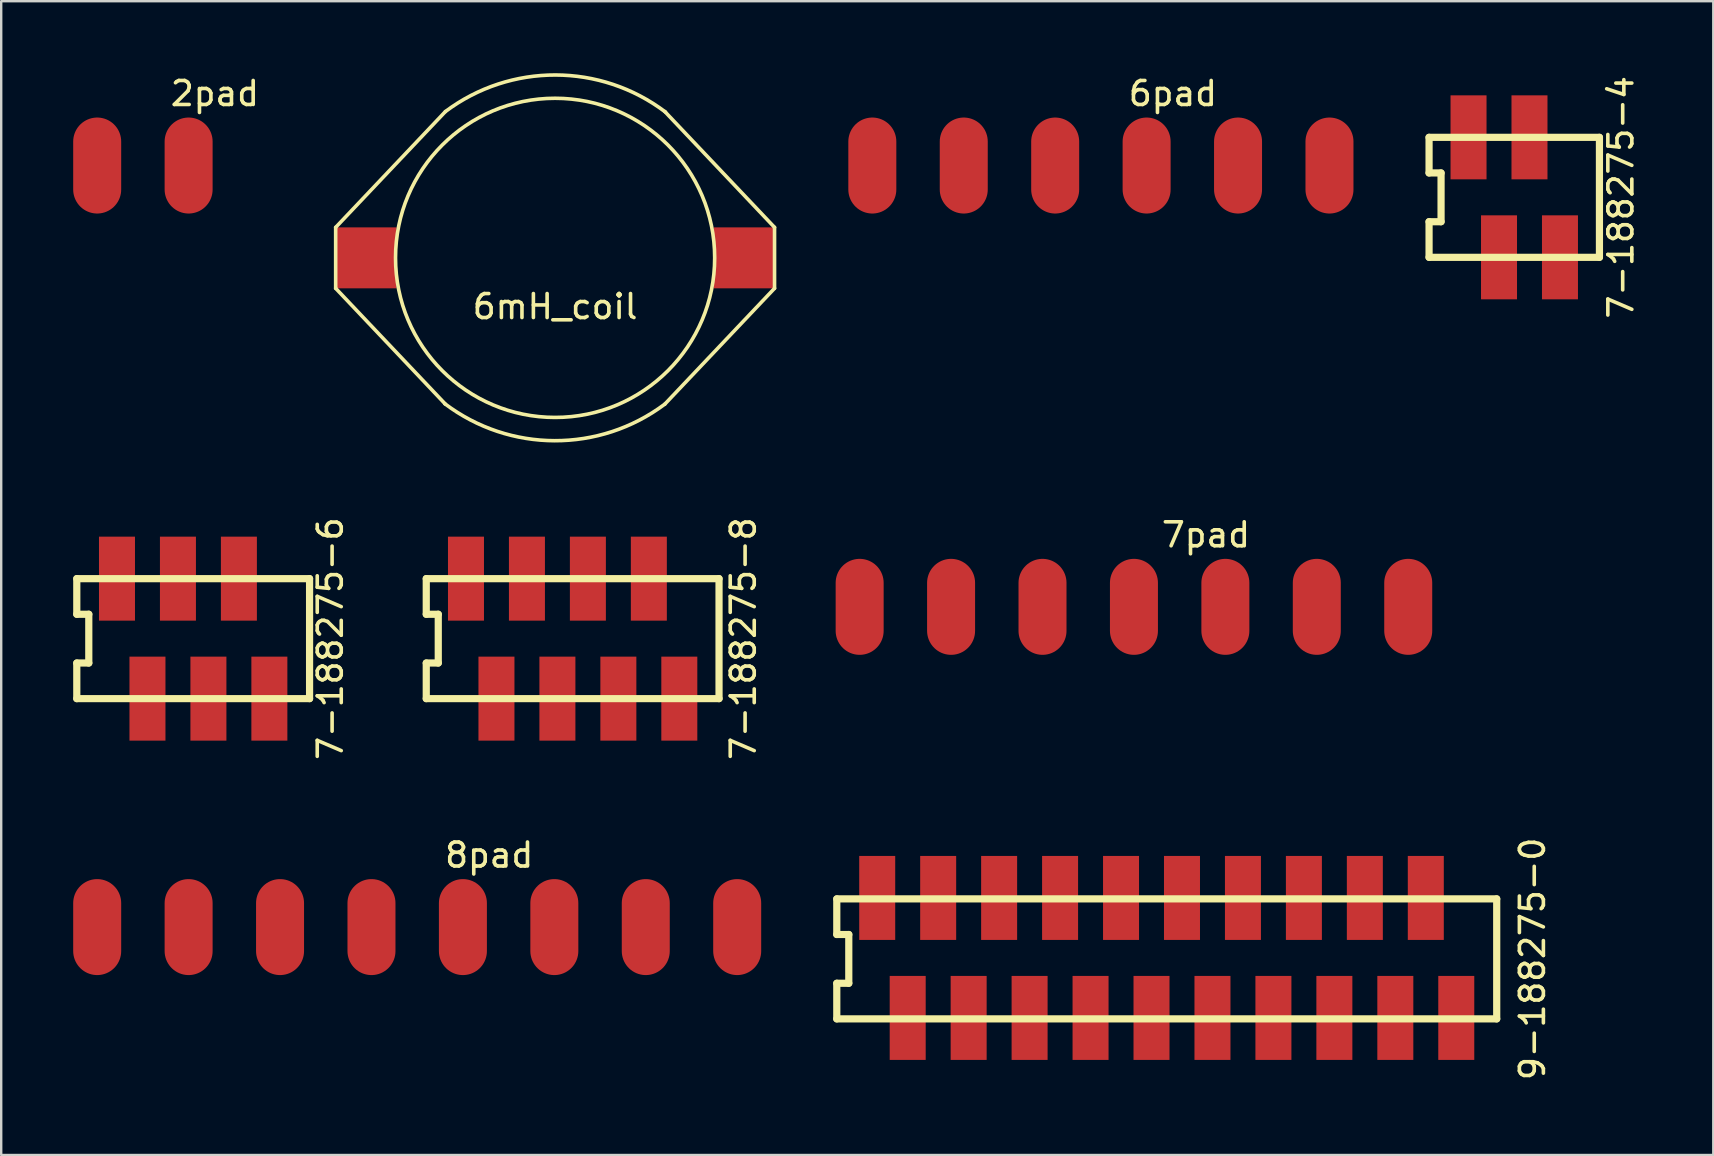
<source format=kicad_pcb>
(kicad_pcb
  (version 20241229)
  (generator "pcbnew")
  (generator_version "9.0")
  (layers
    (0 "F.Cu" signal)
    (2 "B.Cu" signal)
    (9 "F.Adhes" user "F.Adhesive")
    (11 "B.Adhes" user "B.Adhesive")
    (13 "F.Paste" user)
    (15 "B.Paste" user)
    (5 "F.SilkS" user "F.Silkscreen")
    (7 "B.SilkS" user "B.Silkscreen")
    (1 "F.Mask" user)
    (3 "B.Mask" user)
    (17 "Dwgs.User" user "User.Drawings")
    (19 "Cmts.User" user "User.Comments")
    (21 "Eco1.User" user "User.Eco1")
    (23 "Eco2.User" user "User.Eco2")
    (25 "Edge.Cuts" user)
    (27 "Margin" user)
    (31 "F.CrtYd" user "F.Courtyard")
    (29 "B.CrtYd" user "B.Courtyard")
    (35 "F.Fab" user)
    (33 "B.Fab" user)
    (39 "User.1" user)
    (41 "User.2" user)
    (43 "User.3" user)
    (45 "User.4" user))
  (footprint "6mH_coil"
    (layer "F.Cu")
    (at 20.082 7.695)
    (property "Reference" "6mH_coil" (at 0 2.032 0) (layer "F.SilkS") (effects (font (size 1 1) (thickness 0.15))))
    (attr through_hole)
    (fp_line (start -9.144 -1.27) (end -9.144 1.27) (stroke (width 0.15) (type solid)) (layer "F.SilkS"))
    (fp_line (start -9.144 -1.27) (end -4.572 -6.096) (stroke (width 0.15) (type solid)) (layer "F.SilkS"))
    (fp_line (start -4.572 6.096) (end -9.144 1.27) (stroke (width 0.15) (type solid)) (layer "F.SilkS"))
    (fp_line (start 4.572 -6.096) (end 9.144 -1.27) (stroke (width 0.15) (type solid)) (layer "F.SilkS"))
    (fp_line (start 4.572 6.096) (end 9.144 1.27) (stroke (width 0.15) (type solid)) (layer "F.SilkS"))
    (fp_line (start 9.144 -1.27) (end 9.144 1.27) (stroke (width 0.15) (type solid)) (layer "F.SilkS"))
    (fp_arc (start -4.572 -6.096) (mid 0.017303 -7.61998) (end 4.599637 -6.075174) (stroke (width 0.15) (type solid)) (layer "F.SilkS"))
    (fp_arc (start 4.572 6.096) (mid -0.017303 7.61998) (end -4.599637 6.075174) (stroke (width 0.15) (type solid)) (layer "F.SilkS"))
    (fp_circle (center 0 0) (end 6.65 0) (stroke (width 0.15) (type solid)) (fill no) (layer "F.SilkS"))
    (pad "1" smd rect (at -7.874 0) (size 2.54 2.54) (layers "F.Cu" "F.Mask" "F.Paste"))
    (pad "2" smd rect (at 7.874 0) (size 2.54 2.54) (layers "F.Cu" "F.Mask" "F.Paste")))
  (footprint "6pad"
    (layer "F.Cu")
    (at 42.826 3.848)
    (property "Reference" "6pad" (at 3 -3 0) (layer "F.SilkS") (effects (font (size 1 1) (thickness 0.15))))
    (attr through_hole)
    (pad "1" smd oval (at -9.525 0) (size 2 4) (layers "F.Cu" "F.Mask" "F.Paste"))
    (pad "2" smd oval (at -5.715 0) (size 2 4) (layers "F.Cu" "F.Mask" "F.Paste"))
    (pad "3" smd oval (at -1.905 0) (size 2 4) (layers "F.Cu" "F.Mask" "F.Paste"))
    (pad "4" smd oval (at 1.905 0) (size 2 4) (layers "F.Cu" "F.Mask" "F.Paste"))
    (pad "5" smd oval (at 5.715 0) (size 2 4) (layers "F.Cu" "F.Mask" "F.Paste"))
    (pad "6" smd oval (at 9.525 0) (size 2 4) (layers "F.Cu" "F.Mask" "F.Paste")))
  (footprint "7-188275-8"
    (layer "F.Cu")
    (at 20.813 23.563)
    (property "Reference" "7-188275-8" (at 7.112 0 90) (layer "F.SilkS") (effects (font (size 1 1) (thickness 0.15))))
    (attr through_hole)
    (fp_line (start -6.1 -2.5) (end 6.1 -2.5) (stroke (width 0.3) (type solid)) (layer "F.SilkS"))
    (fp_line (start -6.1 -1.016) (end -6.1 -2.5) (stroke (width 0.3) (type solid)) (layer "F.SilkS"))
    (fp_line (start -6.1 -1.016) (end -5.6 -1.016) (stroke (width 0.3) (type solid)) (layer "F.SilkS"))
    (fp_line (start -6.1 1.016) (end -6.1 2.5) (stroke (width 0.3) (type solid)) (layer "F.SilkS"))
    (fp_line (start -5.6 -1.016) (end -5.6 1.016) (stroke (width 0.3) (type solid)) (layer "F.SilkS"))
    (fp_line (start -5.6 1.016) (end -6.1 1.016) (stroke (width 0.3) (type solid)) (layer "F.SilkS"))
    (fp_line (start 6.1 -2.5) (end 6.1 2.5) (stroke (width 0.3) (type solid)) (layer "F.SilkS"))
    (fp_line (start 6.1 2.5) (end -6.1 2.5) (stroke (width 0.3) (type solid)) (layer "F.SilkS"))
    (pad "1" smd rect (at -4.445 -2.5) (size 1.5 3.5) (layers "F.Cu" "F.Mask" "F.Paste"))
    (pad "2" smd rect (at -3.175 2.5) (size 1.5 3.5) (layers "F.Cu" "F.Mask" "F.Paste"))
    (pad "3" smd rect (at -1.905 -2.5) (size 1.5 3.5) (layers "F.Cu" "F.Mask" "F.Paste"))
    (pad "4" smd rect (at -0.635 2.5) (size 1.5 3.5) (layers "F.Cu" "F.Mask" "F.Paste"))
    (pad "5" smd rect (at 0.635 -2.5) (size 1.5 3.5) (layers "F.Cu" "F.Mask" "F.Paste"))
    (pad "6" smd rect (at 1.905 2.5) (size 1.5 3.5) (layers "F.Cu" "F.Mask" "F.Paste"))
    (pad "7" smd rect (at 3.175 -2.5) (size 1.5 3.5) (layers "F.Cu" "F.Mask" "F.Paste"))
    (pad "8" smd rect (at 4.445 2.5) (size 1.5 3.5) (layers "F.Cu" "F.Mask" "F.Paste")))
  (footprint "7-188275-6"
    (layer "F.Cu")
    (at 5 23.563)
    (property "Reference" "7-188275-6" (at 5.715 0 90) (layer "F.SilkS") (effects (font (size 1 1) (thickness 0.15))))
    (attr through_hole)
    (fp_line (start -4.85 -2.5) (end 4.85 -2.5) (stroke (width 0.3) (type solid)) (layer "F.SilkS"))
    (fp_line (start -4.85 -1.016) (end -4.85 -2.5) (stroke (width 0.3) (type solid)) (layer "F.SilkS"))
    (fp_line (start -4.85 -1.016) (end -4.35 -1.016) (stroke (width 0.3) (type solid)) (layer "F.SilkS"))
    (fp_line (start -4.85 1.016) (end -4.85 2.5) (stroke (width 0.3) (type solid)) (layer "F.SilkS"))
    (fp_line (start -4.35 -1.016) (end -4.35 1.016) (stroke (width 0.3) (type solid)) (layer "F.SilkS"))
    (fp_line (start -4.35 1.016) (end -4.85 1.016) (stroke (width 0.3) (type solid)) (layer "F.SilkS"))
    (fp_line (start 4.85 -2.5) (end 4.85 2.5) (stroke (width 0.3) (type solid)) (layer "F.SilkS"))
    (fp_line (start 4.85 2.5) (end -4.85 2.5) (stroke (width 0.3) (type solid)) (layer "F.SilkS"))
    (pad "1" smd rect (at -3.175 -2.5) (size 1.5 3.5) (layers "F.Cu" "F.Mask" "F.Paste"))
    (pad "2" smd rect (at -1.905 2.5) (size 1.5 3.5) (layers "F.Cu" "F.Mask" "F.Paste"))
    (pad "3" smd rect (at -0.635 -2.5) (size 1.5 3.5) (layers "F.Cu" "F.Mask" "F.Paste"))
    (pad "4" smd rect (at 0.635 2.5) (size 1.5 3.5) (layers "F.Cu" "F.Mask" "F.Paste"))
    (pad "5" smd rect (at 1.905 -2.5) (size 1.5 3.5) (layers "F.Cu" "F.Mask" "F.Paste"))
    (pad "6" smd rect (at 3.175 2.5) (size 1.5 3.5) (layers "F.Cu" "F.Mask" "F.Paste")))
  (footprint "9-188275-0"
    (layer "F.Cu")
    (at 45.57 36.908)
    (property "Reference" "9-188275-0" (at 15.24 0 90) (layer "F.SilkS") (effects (font (size 1 1) (thickness 0.15))))
    (attr through_hole)
    (fp_line (start -13.75 -2.5) (end 13.75 -2.5) (stroke (width 0.3) (type solid)) (layer "F.SilkS"))
    (fp_line (start -13.75 -1.016) (end -13.75 -2.5) (stroke (width 0.3) (type solid)) (layer "F.SilkS"))
    (fp_line (start -13.75 -1.016) (end -13.25 -1.016) (stroke (width 0.3) (type solid)) (layer "F.SilkS"))
    (fp_line (start -13.75 1.016) (end -13.75 2.5) (stroke (width 0.3) (type solid)) (layer "F.SilkS"))
    (fp_line (start -13.25 -1.016) (end -13.25 1.016) (stroke (width 0.3) (type solid)) (layer "F.SilkS"))
    (fp_line (start -13.25 1.016) (end -13.75 1.016) (stroke (width 0.3) (type solid)) (layer "F.SilkS"))
    (fp_line (start 13.75 -2.5) (end 13.75 2.5) (stroke (width 0.3) (type solid)) (layer "F.SilkS"))
    (fp_line (start 13.75 2.5) (end -13.75 2.5) (stroke (width 0.3) (type solid)) (layer "F.SilkS"))
    (pad "1" smd rect (at -12.065 -2.54) (size 1.5 3.5) (layers "F.Cu" "F.Mask" "F.Paste"))
    (pad "2" smd rect (at -10.795 2.46) (size 1.5 3.5) (layers "F.Cu" "F.Mask" "F.Paste"))
    (pad "3" smd rect (at -9.525 -2.54) (size 1.5 3.5) (layers "F.Cu" "F.Mask" "F.Paste"))
    (pad "4" smd rect (at -8.255 2.46) (size 1.5 3.5) (layers "F.Cu" "F.Mask" "F.Paste"))
    (pad "5" smd rect (at -6.985 -2.54) (size 1.5 3.5) (layers "F.Cu" "F.Mask" "F.Paste"))
    (pad "6" smd rect (at -5.715 2.46) (size 1.5 3.5) (layers "F.Cu" "F.Mask" "F.Paste"))
    (pad "7" smd rect (at -4.445 -2.54) (size 1.5 3.5) (layers "F.Cu" "F.Mask" "F.Paste"))
    (pad "8" smd rect (at -3.175 2.46) (size 1.5 3.5) (layers "F.Cu" "F.Mask" "F.Paste"))
    (pad "9" smd rect (at -1.905 -2.54) (size 1.5 3.5) (layers "F.Cu" "F.Mask" "F.Paste"))
    (pad "10" smd rect (at -0.635 2.46) (size 1.5 3.5) (layers "F.Cu" "F.Mask" "F.Paste"))
    (pad "11" smd rect (at 0.635 -2.54) (size 1.5 3.5) (layers "F.Cu" "F.Mask" "F.Paste"))
    (pad "12" smd rect (at 1.905 2.46) (size 1.5 3.5) (layers "F.Cu" "F.Mask" "F.Paste"))
    (pad "13" smd rect (at 3.175 -2.54) (size 1.5 3.5) (layers "F.Cu" "F.Mask" "F.Paste"))
    (pad "14" smd rect (at 4.445 2.46) (size 1.5 3.5) (layers "F.Cu" "F.Mask" "F.Paste"))
    (pad "15" smd rect (at 5.715 -2.54) (size 1.5 3.5) (layers "F.Cu" "F.Mask" "F.Paste"))
    (pad "16" smd rect (at 6.985 2.46) (size 1.5 3.5) (layers "F.Cu" "F.Mask" "F.Paste"))
    (pad "17" smd rect (at 8.255 -2.54) (size 1.5 3.5) (layers "F.Cu" "F.Mask" "F.Paste"))
    (pad "18" smd rect (at 9.525 2.46) (size 1.5 3.5) (layers "F.Cu" "F.Mask" "F.Paste"))
    (pad "19" smd rect (at 10.795 -2.54) (size 1.5 3.5) (layers "F.Cu" "F.Mask" "F.Paste"))
    (pad "20" smd rect (at 12.065 2.46) (size 1.5 3.5) (layers "F.Cu" "F.Mask" "F.Paste")))
  (footprint "7pad"
    (layer "F.Cu")
    (at 44.203 22.238)
    (property "Reference" "7pad" (at 3 -3 0) (layer "F.SilkS") (effects (font (size 1 1) (thickness 0.15))))
    (attr through_hole)
    (pad "1" smd oval (at -11.43 0) (size 2 4) (layers "F.Cu" "F.Mask" "F.Paste"))
    (pad "2" smd oval (at -7.62 0) (size 2 4) (layers "F.Cu" "F.Mask" "F.Paste"))
    (pad "3" smd oval (at -3.81 0) (size 2 4) (layers "F.Cu" "F.Mask" "F.Paste"))
    (pad "4" smd oval (at 0 0) (size 2 4) (layers "F.Cu" "F.Mask" "F.Paste"))
    (pad "5" smd oval (at 3.81 0) (size 2 4) (layers "F.Cu" "F.Mask" "F.Paste"))
    (pad "6" smd oval (at 7.62 0) (size 2 4) (layers "F.Cu" "F.Mask" "F.Paste"))
    (pad "7" smd oval (at 11.43 0) (size 2 4) (layers "F.Cu" "F.Mask" "F.Paste")))
  (footprint "2pad"
    (layer "F.Cu")
    (at 2.905 3.848)
    (property "Reference" "2pad" (at 3 -3 0) (layer "F.SilkS") (effects (font (size 1 1) (thickness 0.15))))
    (attr through_hole)
    (pad "1" smd oval (at -1.905 0) (size 2 4) (layers "F.Cu" "F.Mask" "F.Paste"))
    (pad "2" smd oval (at 1.905 0) (size 2 4) (layers "F.Cu" "F.Mask" "F.Paste")))
  (footprint "7-188275-4"
    (layer "F.Cu")
    (at 60.051 5.173)
    (property "Reference" "7-188275-4" (at 4.445 0 90) (layer "F.SilkS") (effects (font (size 1 1) (thickness 0.15))))
    (attr through_hole)
    (fp_line (start -3.55 -2.5) (end 3.55 -2.5) (stroke (width 0.3) (type solid)) (layer "F.SilkS"))
    (fp_line (start -3.55 -1.016) (end -3.55 -2.5) (stroke (width 0.3) (type solid)) (layer "F.SilkS"))
    (fp_line (start -3.55 -1.016) (end -3.05 -1.016) (stroke (width 0.3) (type solid)) (layer "F.SilkS"))
    (fp_line (start -3.55 1.016) (end -3.55 2.5) (stroke (width 0.3) (type solid)) (layer "F.SilkS"))
    (fp_line (start -3.05 -1.016) (end -3.05 1.016) (stroke (width 0.3) (type solid)) (layer "F.SilkS"))
    (fp_line (start -3.05 1.016) (end -3.55 1.016) (stroke (width 0.3) (type solid)) (layer "F.SilkS"))
    (fp_line (start 3.55 -2.5) (end 3.55 2.5) (stroke (width 0.3) (type solid)) (layer "F.SilkS"))
    (fp_line (start 3.55 2.5) (end -3.55 2.5) (stroke (width 0.3) (type solid)) (layer "F.SilkS"))
    (pad "1" smd rect (at -1.905 -2.5) (size 1.5 3.5) (layers "F.Cu" "F.Mask" "F.Paste"))
    (pad "2" smd rect (at -0.635 2.5) (size 1.5 3.5) (layers "F.Cu" "F.Mask" "F.Paste"))
    (pad "3" smd rect (at 0.635 -2.5) (size 1.5 3.5) (layers "F.Cu" "F.Mask" "F.Paste"))
    (pad "4" smd rect (at 1.905 2.5) (size 1.5 3.5) (layers "F.Cu" "F.Mask" "F.Paste")))
  (footprint "8pad"
    (layer "F.Cu")
    (at 14.335 35.583)
    (property "Reference" "8pad" (at 3 -3 0) (layer "F.SilkS") (effects (font (size 1 1) (thickness 0.15))))
    (attr through_hole)
    (pad "1" smd oval (at -13.335 0) (size 2 4) (layers "F.Cu" "F.Mask" "F.Paste"))
    (pad "2" smd oval (at -9.525 0) (size 2 4) (layers "F.Cu" "F.Mask" "F.Paste"))
    (pad "3" smd oval (at -5.715 0) (size 2 4) (layers "F.Cu" "F.Mask" "F.Paste"))
    (pad "4" smd oval (at -1.905 0) (size 2 4) (layers "F.Cu" "F.Mask" "F.Paste"))
    (pad "5" smd oval (at 1.905 0) (size 2 4) (layers "F.Cu" "F.Mask" "F.Paste"))
    (pad "6" smd oval (at 5.715 0) (size 2 4) (layers "F.Cu" "F.Mask" "F.Paste"))
    (pad "7" smd oval (at 9.525 0) (size 2 4) (layers "F.Cu" "F.Mask" "F.Paste"))
    (pad "8" smd oval (at 13.335 0) (size 2 4) (layers "F.Cu" "F.Mask" "F.Paste")))
  (gr_rect
    (start -3 -3)
    (end 68.345 45.08)
    (stroke (width 0.1) (type default))
    (fill no)
    (layer "Edge.Cuts")))
</source>
